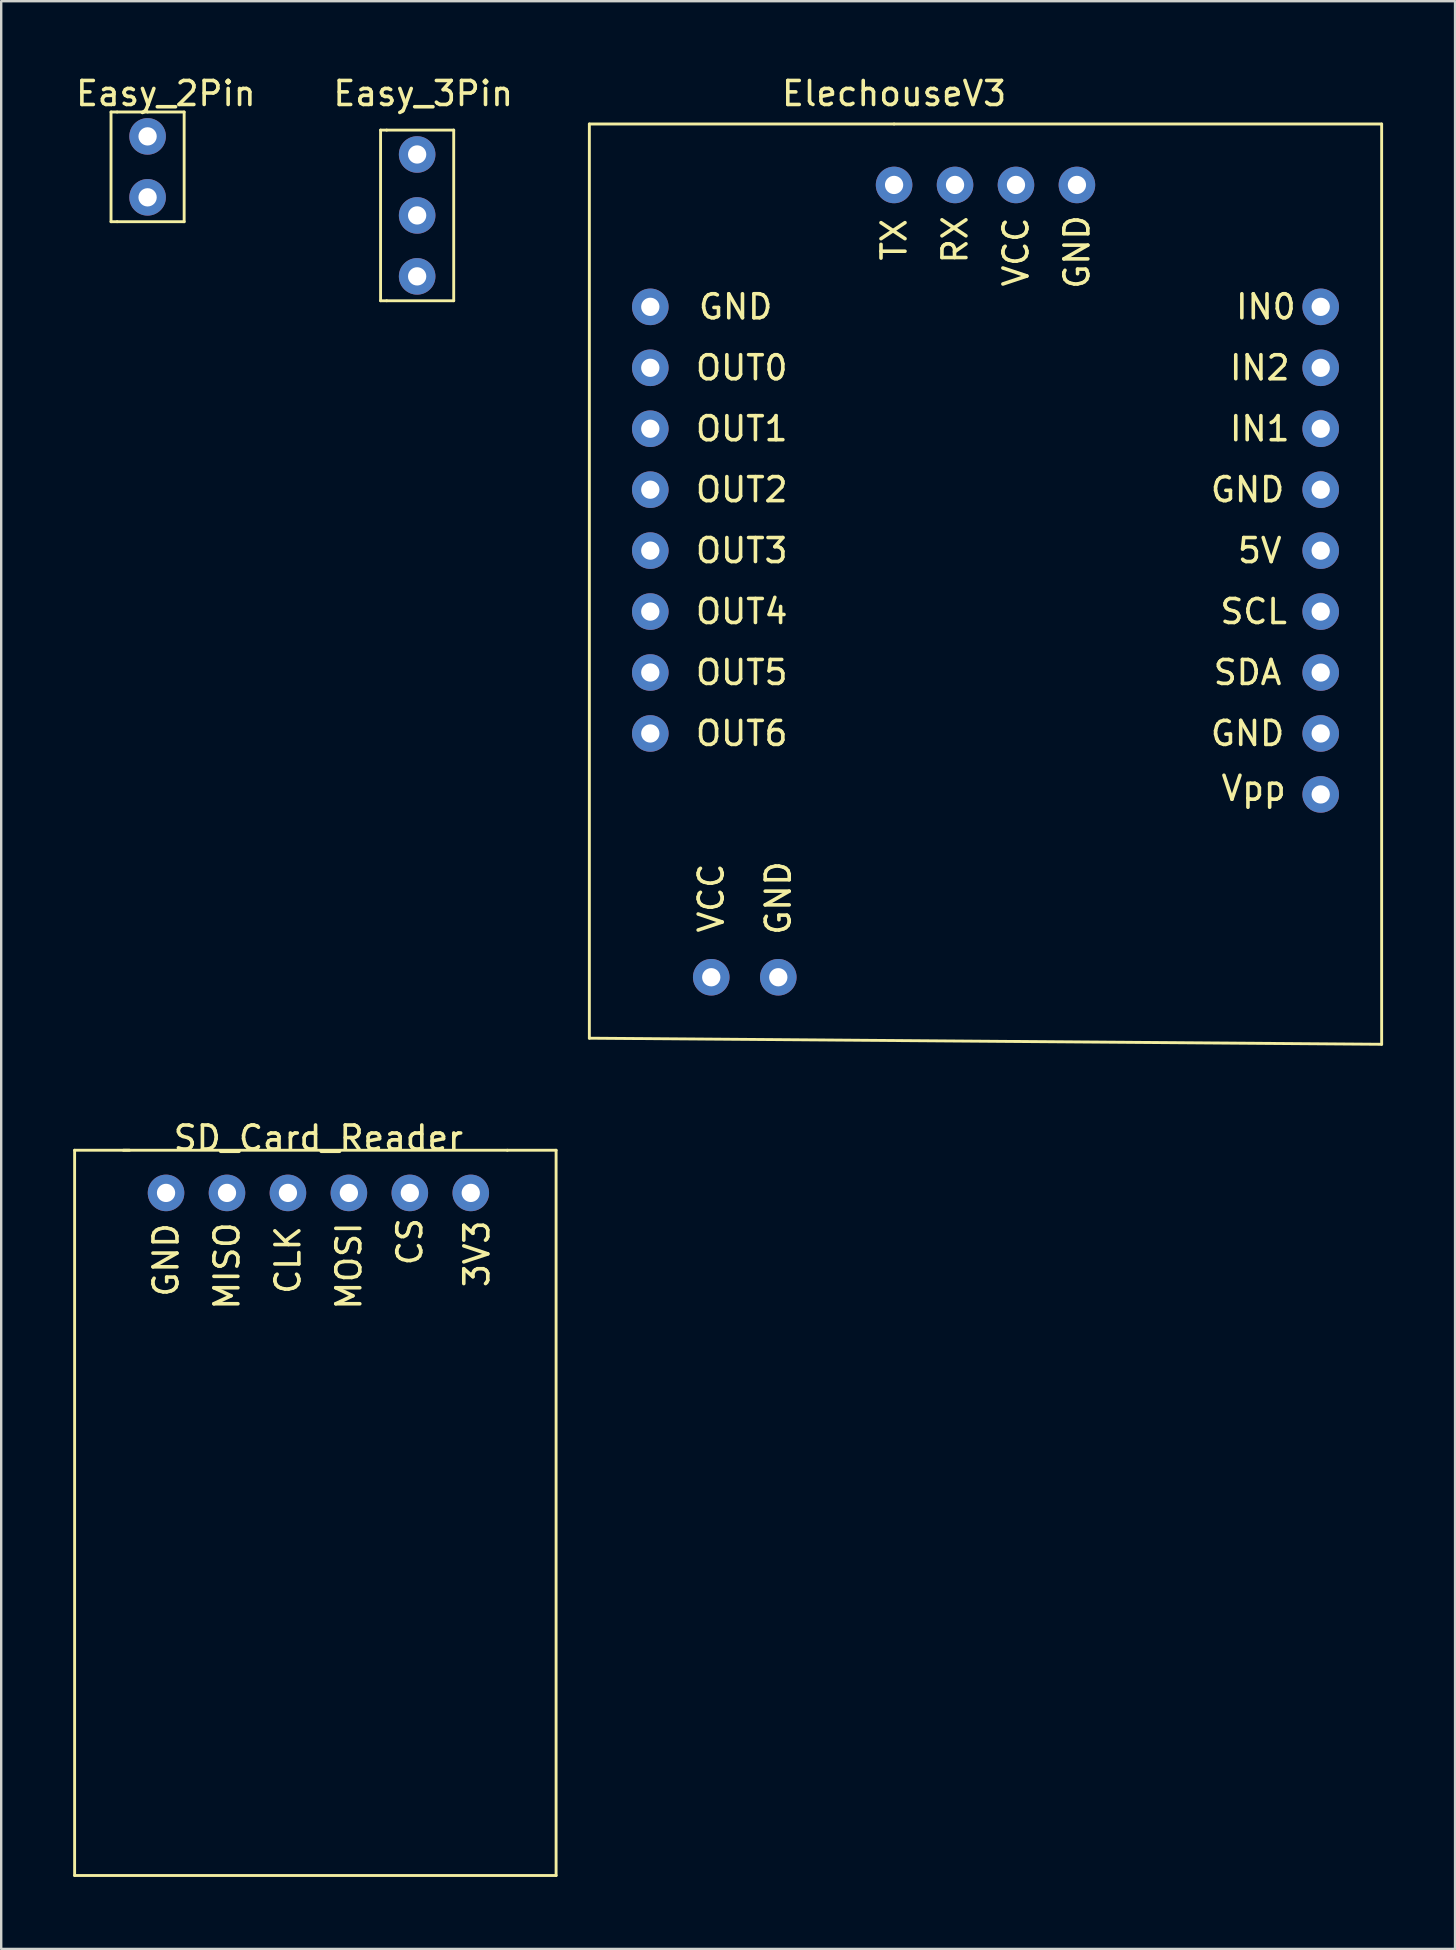
<source format=kicad_pcb>
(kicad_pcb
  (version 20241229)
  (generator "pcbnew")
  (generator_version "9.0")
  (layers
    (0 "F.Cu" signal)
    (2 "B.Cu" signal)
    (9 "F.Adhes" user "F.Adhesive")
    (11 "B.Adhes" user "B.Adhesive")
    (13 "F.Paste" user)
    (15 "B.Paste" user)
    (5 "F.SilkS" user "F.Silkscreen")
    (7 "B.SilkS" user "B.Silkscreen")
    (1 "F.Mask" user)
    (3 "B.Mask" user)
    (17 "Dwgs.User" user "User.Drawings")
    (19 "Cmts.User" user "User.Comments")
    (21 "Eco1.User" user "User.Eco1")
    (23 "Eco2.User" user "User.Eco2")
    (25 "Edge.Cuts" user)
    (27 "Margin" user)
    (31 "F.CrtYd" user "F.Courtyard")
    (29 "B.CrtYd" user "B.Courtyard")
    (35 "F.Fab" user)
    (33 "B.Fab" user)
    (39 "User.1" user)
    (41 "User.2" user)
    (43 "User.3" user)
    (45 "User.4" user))
  (footprint "Easy_3Pin"
    (layer "F.Cu")
    (at 14.589 1.356)
    (property "Reference" "Easy_3Pin" (at 0 -0.508 0) (layer "F.SilkS") (effects (font (size 1 1) (thickness 0.15))))
    (attr through_hole)
    (fp_line (start -1.778 8.128) (end -1.778 1.016) (stroke (width 0.12) (type solid)) (layer "F.SilkS"))
    (fp_line (start -1.524 1.016) (end -1.778 1.016) (stroke (width 0.12) (type solid)) (layer "F.SilkS"))
    (fp_line (start -1.524 1.016) (end 1.27 1.016) (stroke (width 0.12) (type solid)) (layer "F.SilkS"))
    (fp_line (start -1.524 8.128) (end -1.778 8.128) (stroke (width 0.12) (type solid)) (layer "F.SilkS"))
    (fp_line (start 1.27 1.016) (end 1.27 8.128) (stroke (width 0.12) (type solid)) (layer "F.SilkS"))
    (fp_line (start 1.27 8.128) (end -1.524 8.128) (stroke (width 0.12) (type solid)) (layer "F.SilkS"))
    (pad "1" thru_hole circle (at -0.254 2.032) (size 1.524 1.524) (drill 0.762) (layers "*.Cu" "*.Mask"))
    (pad "2" thru_hole circle (at -0.254 4.572) (size 1.524 1.524) (drill 0.762) (layers "*.Cu" "*.Mask"))
    (pad "3" thru_hole circle (at -0.254 7.112) (size 1.524 1.524) (drill 0.762) (layers "*.Cu" "*.Mask")))
  (footprint "ElechouseV3"
    (layer "F.Cu")
    (at 34.212 4.658)
    (property "Reference" "ElechouseV3" (at 0 -3.81 0) (layer "F.SilkS") (effects (font (size 1 1) (thickness 0.15))))
    (attr through_hole)
    (fp_line (start -12.7 -2.54) (end -12.7 35.56) (stroke (width 0.12) (type solid)) (layer "F.SilkS"))
    (fp_line (start -12.7 35.56) (end 20.32 35.814) (stroke (width 0.12) (type solid)) (layer "F.SilkS"))
    (fp_line (start 0 -2.54) (end -12.7 -2.54) (stroke (width 0.12) (type solid)) (layer "F.SilkS"))
    (fp_line (start 20.32 -2.54) (end 0 -2.54) (stroke (width 0.12) (type solid)) (layer "F.SilkS"))
    (fp_line (start 20.32 35.814) (end 20.32 -2.54) (stroke (width 0.12) (type solid)) (layer "F.SilkS"))
    (fp_text user "OUT3" (at -6.35 15.24 0) (layer "F.SilkS") (effects (font (size 1 1) (thickness 0.15))))
    (fp_text user "IN1" (at 15.24 10.16 0) (layer "F.SilkS") (effects (font (size 1 1) (thickness 0.15))))
    (fp_text user "5V" (at 15.24 15.24 0) (layer "F.SilkS") (effects (font (size 1 1) (thickness 0.15))))
    (fp_text user "GND" (at 14.732 22.86 0) (layer "F.SilkS") (effects (font (size 1 1) (thickness 0.15))))
    (fp_text user "OUT2" (at -6.35 12.7 0) (layer "F.SilkS") (effects (font (size 1 1) (thickness 0.15))))
    (fp_text user "OUT4" (at -6.35 17.78 0) (layer "F.SilkS") (effects (font (size 1 1) (thickness 0.15))))
    (fp_text user "OUT0" (at -6.35 7.62 0) (layer "F.SilkS") (effects (font (size 1 1) (thickness 0.15))))
    (fp_text user "GND" (at -4.826 29.718 90) (layer "F.SilkS") (effects (font (size 1 1) (thickness 0.15))))
    (fp_text user "Vpp" (at 14.986 25.146 0) (layer "F.SilkS") (effects (font (size 1 1) (thickness 0.15))))
    (fp_text user "IN2" (at 15.24 7.62 0) (layer "F.SilkS") (effects (font (size 1 1) (thickness 0.15))))
    (fp_text user "SDA" (at 14.732 20.32 0) (layer "F.SilkS") (effects (font (size 1 1) (thickness 0.15))))
    (fp_text user "GND" (at 7.62 2.794 90) (layer "F.SilkS") (effects (font (size 1 1) (thickness 0.15))))
    (fp_text user "VCC" (at -7.62 29.718 90) (layer "F.SilkS") (effects (font (size 1 1) (thickness 0.15))))
    (fp_text user "GND" (at -6.604 5.08 0) (layer "F.SilkS") (effects (font (size 1 1) (thickness 0.15))))
    (fp_text user "OUT6" (at -6.35 22.86 0) (layer "F.SilkS") (effects (font (size 1 1) (thickness 0.15))))
    (fp_text user "RX" (at 2.54 2.286 90) (layer "F.SilkS") (effects (font (size 1 1) (thickness 0.15))))
    (fp_text user "GND" (at 14.732 12.7 0) (layer "F.SilkS") (effects (font (size 1 1) (thickness 0.15))))
    (fp_text user "IN0" (at 15.494 5.08 0) (layer "F.SilkS") (effects (font (size 1 1) (thickness 0.15))))
    (fp_text user "SCL" (at 14.986 17.78 0) (layer "F.SilkS") (effects (font (size 1 1) (thickness 0.15))))
    (fp_text user "OUT5" (at -6.35 20.32 0) (layer "F.SilkS") (effects (font (size 1 1) (thickness 0.15))))
    (fp_text user "TX" (at 0 2.286 90) (layer "F.SilkS") (effects (font (size 1 1) (thickness 0.15))))
    (fp_text user "OUT1" (at -6.35 10.16 0) (layer "F.SilkS") (effects (font (size 1 1) (thickness 0.15))))
    (fp_text user "VCC" (at 5.08 2.794 90) (layer "F.SilkS") (effects (font (size 1 1) (thickness 0.15))))
    (pad "1" thru_hole circle (at -10.16 5.08) (size 1.524 1.524) (drill 0.762) (layers "*.Cu" "*.Mask"))
    (pad "2" thru_hole circle (at -10.16 7.62) (size 1.524 1.524) (drill 0.762) (layers "*.Cu" "*.Mask"))
    (pad "3" thru_hole circle (at -10.16 10.16) (size 1.524 1.524) (drill 0.762) (layers "*.Cu" "*.Mask"))
    (pad "4" thru_hole circle (at -10.16 12.7) (size 1.524 1.524) (drill 0.762) (layers "*.Cu" "*.Mask"))
    (pad "5" thru_hole circle (at -10.16 15.24) (size 1.524 1.524) (drill 0.762) (layers "*.Cu" "*.Mask"))
    (pad "6" thru_hole circle (at -10.16 17.78) (size 1.524 1.524) (drill 0.762) (layers "*.Cu" "*.Mask"))
    (pad "7" thru_hole circle (at -10.16 20.32) (size 1.524 1.524) (drill 0.762) (layers "*.Cu" "*.Mask"))
    (pad "8" thru_hole circle (at -10.16 22.86) (size 1.524 1.524) (drill 0.762) (layers "*.Cu" "*.Mask"))
    (pad "9" thru_hole circle (at -7.62 33.02) (size 1.524 1.524) (drill 0.762) (layers "*.Cu" "*.Mask"))
    (pad "10" thru_hole circle (at -4.826 33.02) (size 1.524 1.524) (drill 0.762) (layers "*.Cu" "*.Mask"))
    (pad "11" thru_hole circle (at 0 0) (size 1.524 1.524) (drill 0.762) (layers "*.Cu" "*.Mask"))
    (pad "12" thru_hole circle (at 2.54 0) (size 1.524 1.524) (drill 0.762) (layers "*.Cu" "*.Mask"))
    (pad "13" thru_hole circle (at 5.08 0) (size 1.524 1.524) (drill 0.762) (layers "*.Cu" "*.Mask"))
    (pad "14" thru_hole circle (at 7.62 0) (size 1.524 1.524) (drill 0.762) (layers "*.Cu" "*.Mask"))
    (pad "15" thru_hole circle (at 17.78 5.08) (size 1.524 1.524) (drill 0.762) (layers "*.Cu" "*.Mask"))
    (pad "16" thru_hole circle (at 17.78 7.62) (size 1.524 1.524) (drill 0.762) (layers "*.Cu" "*.Mask"))
    (pad "17" thru_hole circle (at 17.78 10.16) (size 1.524 1.524) (drill 0.762) (layers "*.Cu" "*.Mask"))
    (pad "18" thru_hole circle (at 17.78 12.7) (size 1.524 1.524) (drill 0.762) (layers "*.Cu" "*.Mask"))
    (pad "19" thru_hole circle (at 17.78 15.24) (size 1.524 1.524) (drill 0.762) (layers "*.Cu" "*.Mask"))
    (pad "20" thru_hole circle (at 17.78 17.78) (size 1.524 1.524) (drill 0.762) (layers "*.Cu" "*.Mask"))
    (pad "21" thru_hole circle (at 17.78 20.32) (size 1.524 1.524) (drill 0.762) (layers "*.Cu" "*.Mask"))
    (pad "22" thru_hole circle (at 17.78 22.86) (size 1.524 1.524) (drill 0.762) (layers "*.Cu" "*.Mask"))
    (pad "23" thru_hole circle (at 17.78 25.4) (size 1.524 1.524) (drill 0.762) (layers "*.Cu" "*.Mask")))
  (footprint "Easy_2Pin"
    (layer "F.Cu")
    (at 3.863 0.348)
    (property "Reference" "Easy_2Pin" (at 0 0.5 0) (layer "F.SilkS") (effects (font (size 1 1) (thickness 0.15))))
    (attr through_hole)
    (fp_line (start -2.286 5.842) (end -2.286 1.27) (stroke (width 0.12) (type solid)) (layer "F.SilkS"))
    (fp_line (start -2.286 5.842) (end -2.032 5.842) (stroke (width 0.12) (type solid)) (layer "F.SilkS"))
    (fp_line (start -2.032 1.27) (end -2.286 1.27) (stroke (width 0.12) (type solid)) (layer "F.SilkS"))
    (fp_line (start -2.032 1.27) (end -0.762 1.27) (stroke (width 0.12) (type solid)) (layer "F.SilkS"))
    (fp_line (start -0.762 1.27) (end 0.762 1.27) (stroke (width 0.12) (type solid)) (layer "F.SilkS"))
    (fp_line (start 0.762 1.27) (end 0.762 5.842) (stroke (width 0.12) (type solid)) (layer "F.SilkS"))
    (fp_line (start 0.762 5.842) (end -2.032 5.842) (stroke (width 0.12) (type solid)) (layer "F.SilkS"))
    (pad "1" thru_hole circle (at -0.762 2.286) (size 1.524 1.524) (drill 0.762) (layers "*.Cu" "*.Mask"))
    (pad "2" thru_hole circle (at -0.762 4.826) (size 1.524 1.524) (drill 0.762) (layers "*.Cu" "*.Mask")))
  (footprint "SD_Card_Reader"
    (layer "F.Cu")
    (at 10.22 46.666)
    (property "Reference" "SD_Card_Reader" (at 0 -2.286 0) (layer "F.SilkS") (effects (font (size 1 1) (thickness 0.15))))
    (attr through_hole)
    (fp_line (start -10.16 -1.778) (end -7.874 -1.778) (stroke (width 0.12) (type solid)) (layer "F.SilkS"))
    (fp_line (start -10.16 28.448) (end -10.16 -1.778) (stroke (width 0.12) (type solid)) (layer "F.SilkS"))
    (fp_line (start -8.128 -1.778) (end 7.874 -1.778) (stroke (width 0.12) (type solid)) (layer "F.SilkS"))
    (fp_line (start 9.906 -1.778) (end 7.874 -1.778) (stroke (width 0.12) (type solid)) (layer "F.SilkS"))
    (fp_line (start 9.906 -1.778) (end 9.906 28.448) (stroke (width 0.12) (type solid)) (layer "F.SilkS"))
    (fp_line (start 9.906 28.448) (end -10.16 28.448) (stroke (width 0.12) (type solid)) (layer "F.SilkS"))
    (fp_text user "3V3" (at 6.604 2.54 90) (layer "F.SilkS") (effects (font (size 1 1) (thickness 0.15))))
    (fp_text user "CLK" (at -1.27 2.794 90) (layer "F.SilkS") (effects (font (size 1 1) (thickness 0.15))))
    (fp_text user "GND" (at -6.35 2.794 90) (layer "F.SilkS") (effects (font (size 1 1) (thickness 0.15))))
    (fp_text user "MISO" (at -3.81 3.048 90) (layer "F.SilkS") (effects (font (size 1 1) (thickness 0.15))))
    (fp_text user "MOSI" (at 1.27 3.048 90) (layer "F.SilkS") (effects (font (size 1 1) (thickness 0.15))))
    (fp_text user "CS" (at 3.81 2.032 90) (layer "F.SilkS") (effects (font (size 1 1) (thickness 0.15))))
    (pad "1" thru_hole circle (at 6.35 0) (size 1.524 1.524) (drill 0.762) (layers "*.Cu" "*.Mask"))
    (pad "2" thru_hole circle (at 3.81 0) (size 1.524 1.524) (drill 0.762) (layers "*.Cu" "*.Mask"))
    (pad "3" thru_hole circle (at 1.27 0) (size 1.524 1.524) (drill 0.762) (layers "*.Cu" "*.Mask"))
    (pad "4" thru_hole circle (at -1.27 0) (size 1.524 1.524) (drill 0.762) (layers "*.Cu" "*.Mask"))
    (pad "5" thru_hole circle (at -3.81 0) (size 1.524 1.524) (drill 0.762) (layers "*.Cu" "*.Mask"))
    (pad "6" thru_hole circle (at -6.35 0) (size 1.524 1.524) (drill 0.762) (layers "*.Cu" "*.Mask")))
  (gr_rect
    (start -3 -3)
    (end 57.592 78.174)
    (stroke (width 0.1) (type default))
    (fill no)
    (layer "Edge.Cuts")))
</source>
